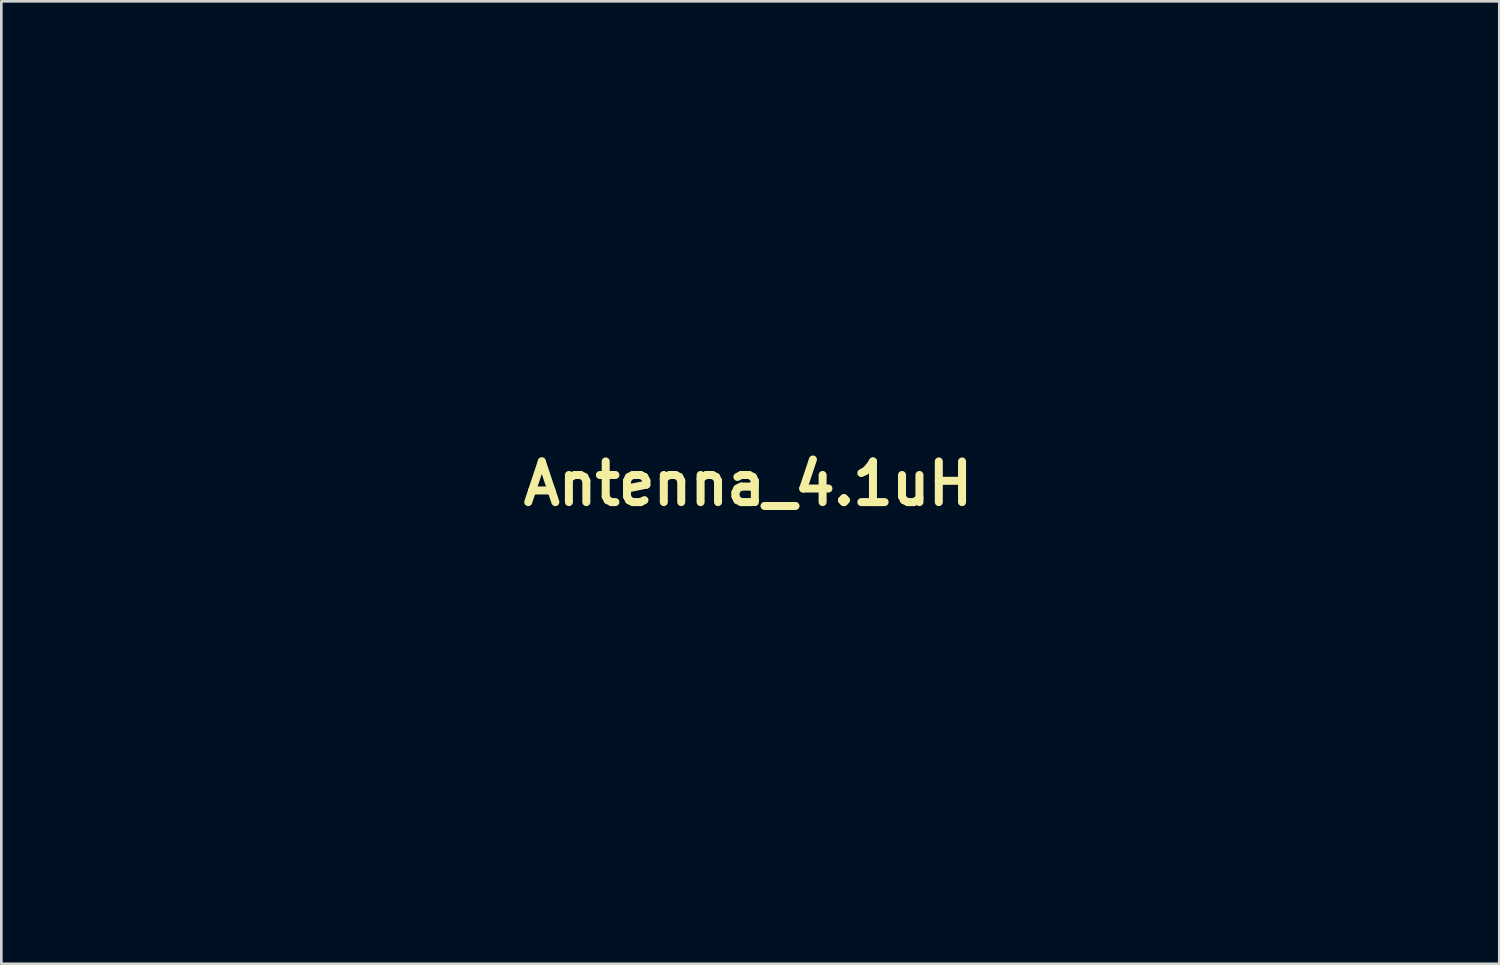
<source format=kicad_pcb>
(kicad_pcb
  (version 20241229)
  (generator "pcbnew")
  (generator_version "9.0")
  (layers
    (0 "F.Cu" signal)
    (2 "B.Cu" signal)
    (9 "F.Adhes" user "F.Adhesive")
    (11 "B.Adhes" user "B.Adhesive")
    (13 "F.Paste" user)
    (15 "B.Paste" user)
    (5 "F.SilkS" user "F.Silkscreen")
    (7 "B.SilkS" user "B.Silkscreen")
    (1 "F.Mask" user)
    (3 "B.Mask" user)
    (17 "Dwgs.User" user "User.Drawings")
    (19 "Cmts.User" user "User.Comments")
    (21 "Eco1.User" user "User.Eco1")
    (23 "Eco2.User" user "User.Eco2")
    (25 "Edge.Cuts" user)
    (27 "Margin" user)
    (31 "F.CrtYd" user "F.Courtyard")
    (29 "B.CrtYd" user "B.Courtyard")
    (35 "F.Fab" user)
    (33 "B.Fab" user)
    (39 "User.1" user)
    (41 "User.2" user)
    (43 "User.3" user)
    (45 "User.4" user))
  (footprint "Antenna_4.1uH"
    (layer "F.Cu")
    (at 24.982 15.076)
    (property "Reference" "Antenna_4.1uH" (at 0 0 0) (layer "F.SilkS") (effects (font (size 1.524 1.524) (thickness 0.3))))
    (attr through_hole)
    (fp_poly (pts (xy 25.146 14.986) (xy -24.977 14.986) (xy -24.977 -14.224) (xy 24.299 -14.224) (xy 24.299 14.139) (xy -24.13 14.139) (xy -24.13 -13.377) (xy 23.453 -13.377) (xy 23.453 13.208) (xy -23.199 13.208) (xy -23.199 -12.531) (xy 22.606 -12.531) (xy 22.606 12.361) (xy -22.352 12.361) (xy -22.352 -11.684) (xy 21.759 -11.684) (xy 21.759 11.515) (xy -21.505 11.515) (xy -21.505 -10.753) (xy 20.828 -10.753) (xy 20.828 10.668) (xy -20.659 10.668) (xy -20.659 -9.906) (xy 19.981 -9.906) (xy 19.981 9.821) (xy -19.812 9.821) (xy -19.812 -9.059) (xy 19.135 -9.059) (xy 19.135 8.975) (xy -18.965 8.975) (xy -18.965 -8.213) (xy -4.572 -8.213) (xy -4.572 -7.705) (xy -18.457 -7.705) (xy -18.457 8.467) (xy 18.627 8.467) (xy 18.627 -8.551) (xy -19.304 -8.551) (xy -19.304 9.313) (xy 19.473 9.313) (xy 19.473 -9.398) (xy -20.151 -9.398) (xy -20.151 10.16) (xy 20.32 10.16) (xy 20.32 -10.245) (xy -20.997 -10.245) (xy -20.997 11.007) (xy 21.167 11.007) (xy 21.167 -11.176) (xy -21.844 -11.176) (xy -21.844 11.853) (xy 22.098 11.853) (xy 22.098 -12.023) (xy -22.691 -12.023) (xy -22.691 12.7) (xy 22.945 12.7) (xy 22.945 -12.869) (xy -23.622 -12.869) (xy -23.622 13.631) (xy 23.791 13.631) (xy 23.791 -13.716) (xy -24.469 -13.716) (xy -24.469 14.478) (xy 24.638 14.478) (xy 24.638 -14.563) (xy -4.911 -14.563) (xy -4.911 -15.071) (xy 25.146 -15.071) (xy 25.146 14.986)) (stroke (width 0.01) (type solid)) (fill no) (layer "Eco2.User")))
  (gr_rect
    (start -3 -3)
    (end 53.133 33.067)
    (stroke (width 0.1) (type default))
    (fill no)
    (layer "Edge.Cuts")))
</source>
